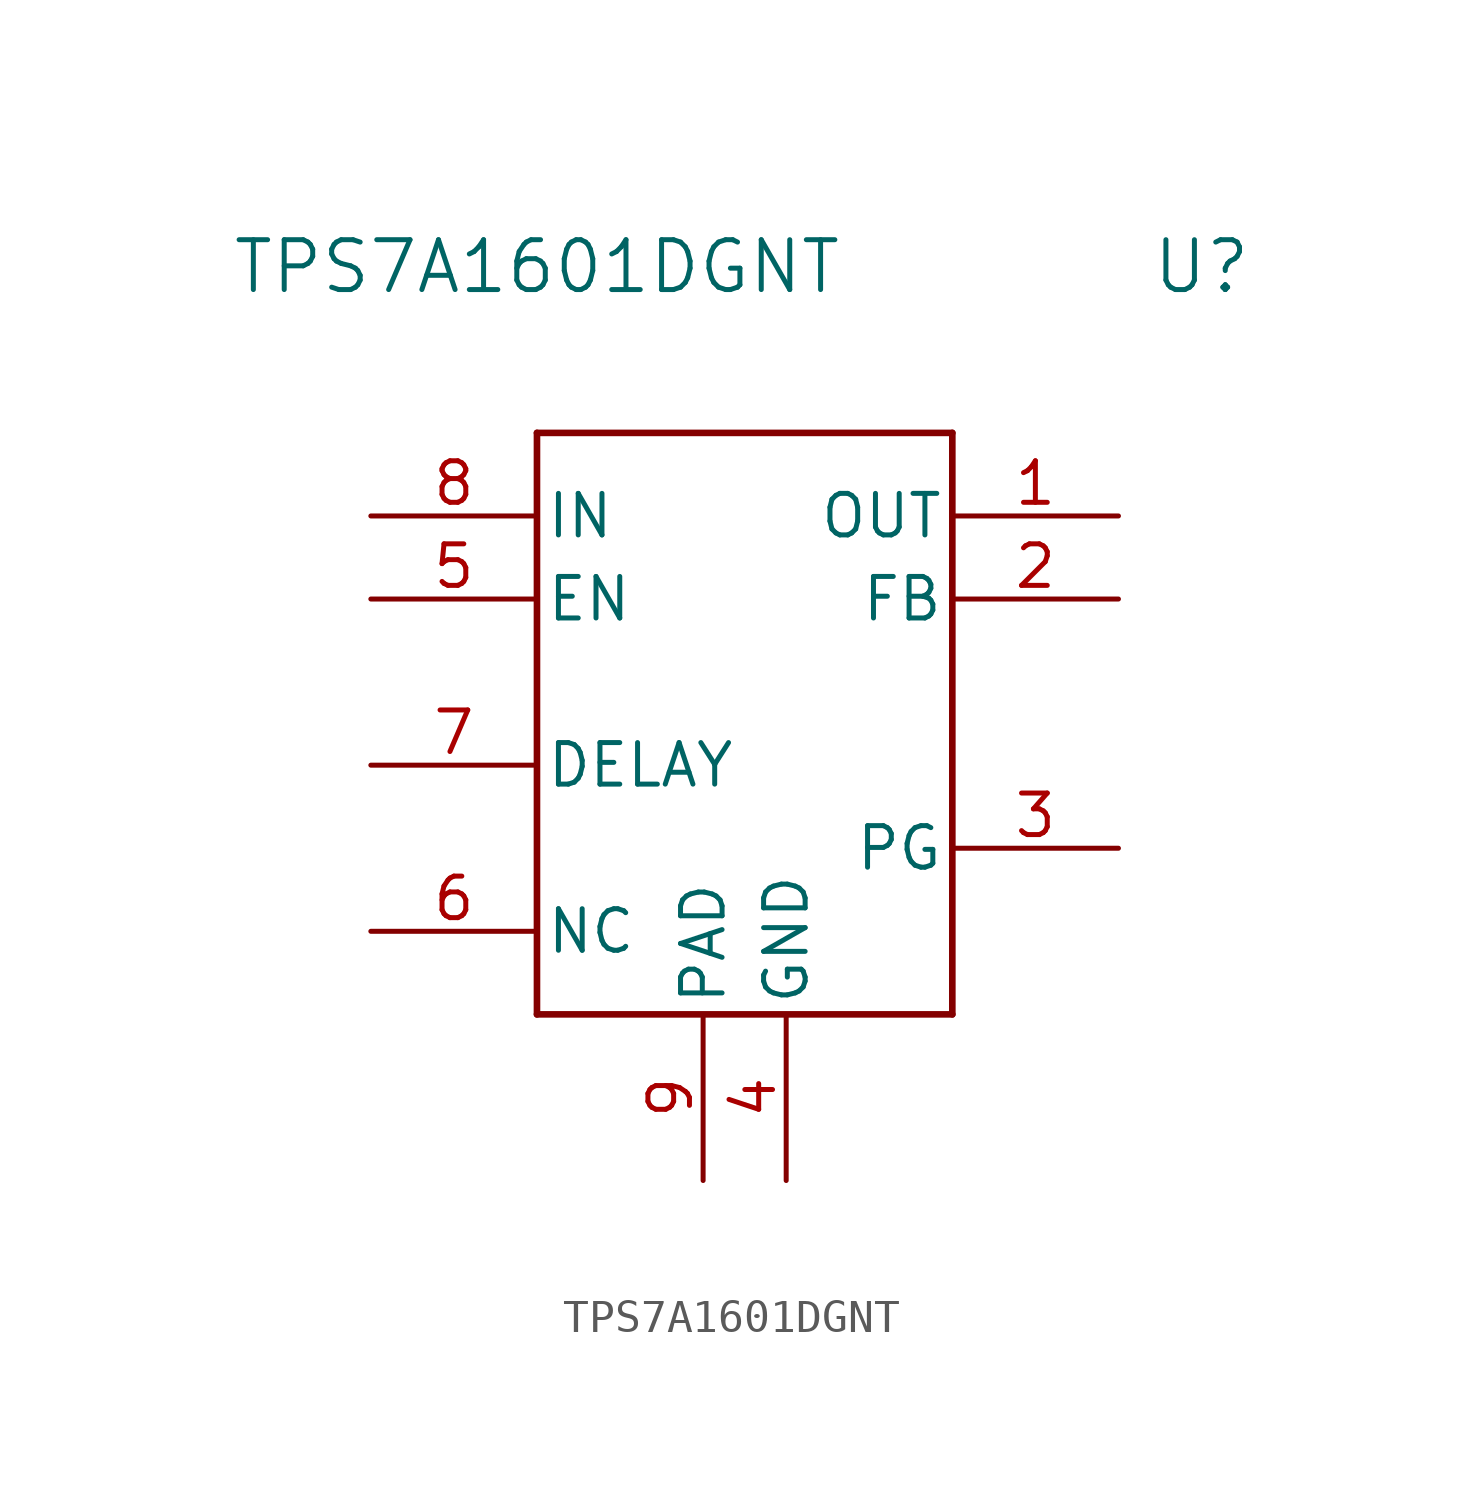
<source format=kicad_sym>
(kicad_symbol_lib
  (version 20220914)
  (generator kicad_symbol_editor)
  (symbol "TPS7A1601DGNT"
    (pin_names
      (offset 0.254))
    (property "Reference" "U"
      (at 12.7 12.7 0)
      (effects (font (size 1.524 1.524))))
    (property "Value" "TPS7A1601DGNT"
      (at -7.62 12.7 0)
      (effects (font (size 1.524 1.524))))
    (property "ki_locked" ""
      (at 0 0 0)
      (effects (font (size 1.27 1.27))))
    (symbol "TPS7A1601DGNT_0_1"
      (polyline (pts (xy -7.62 -10.16) (xy 5.08 -10.16)) (stroke (width 0.203) (type default)) (fill (type none)))
      (polyline (pts (xy -7.62 7.62) (xy -7.62 -10.16)) (stroke (width 0.203) (type default)) (fill (type none)))
      (polyline (pts (xy 5.08 -10.16) (xy 5.08 7.62)) (stroke (width 0.203) (type default)) (fill (type none)))
      (polyline (pts (xy 5.08 7.62) (xy -7.62 7.62)) (stroke (width 0.203) (type default)) (fill (type none)))
      (pin power_in line (at 10.16 5.08 180) (length 5.08) (name "OUT" (effects (font (size 1.27 1.27)))) (number "1" (effects (font (size 1.27 1.27)))))
      (pin open_collector line (at 10.16 -5.08 180) (length 5.08) (name "PG" (effects (font (size 1.27 1.27)))) (number "3" (effects (font (size 1.27 1.27)))))
      (pin power_in line (at 0 -15.24 90) (length 5.08) (name "GND" (effects (font (size 1.27 1.27)))) (number "4" (effects (font (size 1.27 1.27)))))
      (pin input line (at -12.7 2.54 0) (length 5.08) (name "EN" (effects (font (size 1.27 1.27)))) (number "5" (effects (font (size 1.27 1.27)))))
      (pin unspecified line (at -12.7 -7.62 0) (length 5.08) (name "NC" (effects (font (size 1.27 1.27)))) (number "6" (effects (font (size 1.27 1.27)))))
      (pin unspecified line (at -12.7 -2.54 0) (length 5.08) (name "DELAY" (effects (font (size 1.27 1.27)))) (number "7" (effects (font (size 1.27 1.27)))))
      (pin power_in line (at -12.7 5.08 0) (length 5.08) (name "IN" (effects (font (size 1.27 1.27)))) (number "8" (effects (font (size 1.27 1.27)))))
      (pin power_in line (at -2.54 -15.24 90) (length 5.08) (name "PAD" (effects (font (size 1.27 1.27)))) (number "9" (effects (font (size 1.27 1.27))))))
    (symbol "TPS7A1601DGNT_1_1"
      (pin input line (at 10.16 2.54 180) (length 5.08) (name "FB" (effects (font (size 1.27 1.27)))) (number "2" (effects (font (size 1.27 1.27))))))))
</source>
